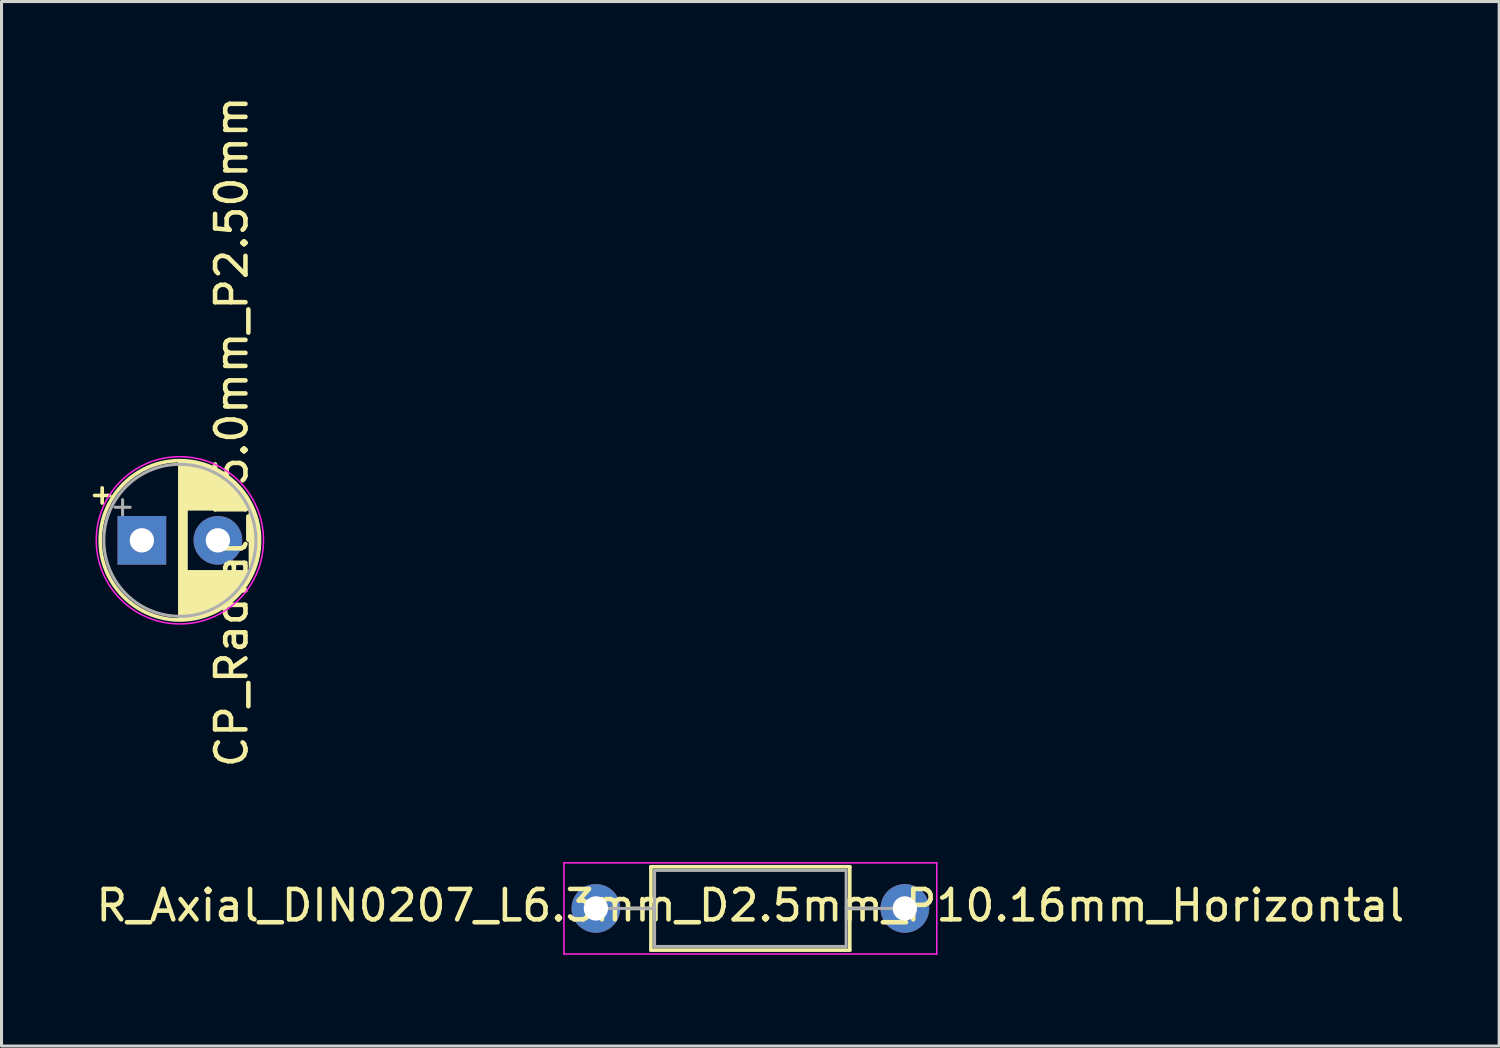
<source format=kicad_pcb>
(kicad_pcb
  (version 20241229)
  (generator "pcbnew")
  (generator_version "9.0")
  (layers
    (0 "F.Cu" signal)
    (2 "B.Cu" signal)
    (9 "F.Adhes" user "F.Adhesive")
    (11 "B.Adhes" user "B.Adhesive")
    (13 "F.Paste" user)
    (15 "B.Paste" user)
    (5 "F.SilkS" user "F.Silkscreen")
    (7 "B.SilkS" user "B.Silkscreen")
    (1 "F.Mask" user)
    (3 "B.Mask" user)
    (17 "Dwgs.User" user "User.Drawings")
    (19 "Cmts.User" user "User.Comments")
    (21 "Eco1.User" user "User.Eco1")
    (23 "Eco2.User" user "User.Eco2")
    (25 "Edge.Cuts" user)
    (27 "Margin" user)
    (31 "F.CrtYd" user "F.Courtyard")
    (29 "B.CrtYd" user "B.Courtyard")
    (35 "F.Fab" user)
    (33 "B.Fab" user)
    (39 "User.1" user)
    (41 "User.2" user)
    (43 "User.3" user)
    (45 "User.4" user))
  (footprint "CP_Radial_D5.0mm_P2.50mm"
    (layer "F.Cu")
    (at 1.615 14.718)
    (property "Reference" "CP_Radial_D5.0mm_P2.50mm" (at 2.952 -3.569 270) (layer "F.SilkS") (effects (font (size 1 1) (thickness 0.15))))
    (attr through_hole)
    (fp_line (start -1.555 -1.475) (end -1.055 -1.475) (stroke (width 0.12) (type solid)) (layer "F.SilkS"))
    (fp_line (start -1.305 -1.725) (end -1.305 -1.225) (stroke (width 0.12) (type solid)) (layer "F.SilkS"))
    (fp_line (start 1.25 -2.58) (end 1.25 2.58) (stroke (width 0.12) (type solid)) (layer "F.SilkS"))
    (fp_line (start 1.29 -2.58) (end 1.29 2.58) (stroke (width 0.12) (type solid)) (layer "F.SilkS"))
    (fp_line (start 1.33 -2.579) (end 1.33 2.579) (stroke (width 0.12) (type solid)) (layer "F.SilkS"))
    (fp_line (start 1.37 -2.578) (end 1.37 2.578) (stroke (width 0.12) (type solid)) (layer "F.SilkS"))
    (fp_line (start 1.41 -2.576) (end 1.41 2.576) (stroke (width 0.12) (type solid)) (layer "F.SilkS"))
    (fp_line (start 1.45 -2.573) (end 1.45 2.573) (stroke (width 0.12) (type solid)) (layer "F.SilkS"))
    (fp_line (start 1.49 -2.569) (end 1.49 -1.04) (stroke (width 0.12) (type solid)) (layer "F.SilkS"))
    (fp_line (start 1.49 1.04) (end 1.49 2.569) (stroke (width 0.12) (type solid)) (layer "F.SilkS"))
    (fp_line (start 1.53 -2.565) (end 1.53 -1.04) (stroke (width 0.12) (type solid)) (layer "F.SilkS"))
    (fp_line (start 1.53 1.04) (end 1.53 2.565) (stroke (width 0.12) (type solid)) (layer "F.SilkS"))
    (fp_line (start 1.57 -2.561) (end 1.57 -1.04) (stroke (width 0.12) (type solid)) (layer "F.SilkS"))
    (fp_line (start 1.57 1.04) (end 1.57 2.561) (stroke (width 0.12) (type solid)) (layer "F.SilkS"))
    (fp_line (start 1.61 -2.556) (end 1.61 -1.04) (stroke (width 0.12) (type solid)) (layer "F.SilkS"))
    (fp_line (start 1.61 1.04) (end 1.61 2.556) (stroke (width 0.12) (type solid)) (layer "F.SilkS"))
    (fp_line (start 1.65 -2.55) (end 1.65 -1.04) (stroke (width 0.12) (type solid)) (layer "F.SilkS"))
    (fp_line (start 1.65 1.04) (end 1.65 2.55) (stroke (width 0.12) (type solid)) (layer "F.SilkS"))
    (fp_line (start 1.69 -2.543) (end 1.69 -1.04) (stroke (width 0.12) (type solid)) (layer "F.SilkS"))
    (fp_line (start 1.69 1.04) (end 1.69 2.543) (stroke (width 0.12) (type solid)) (layer "F.SilkS"))
    (fp_line (start 1.73 -2.536) (end 1.73 -1.04) (stroke (width 0.12) (type solid)) (layer "F.SilkS"))
    (fp_line (start 1.73 1.04) (end 1.73 2.536) (stroke (width 0.12) (type solid)) (layer "F.SilkS"))
    (fp_line (start 1.77 -2.528) (end 1.77 -1.04) (stroke (width 0.12) (type solid)) (layer "F.SilkS"))
    (fp_line (start 1.77 1.04) (end 1.77 2.528) (stroke (width 0.12) (type solid)) (layer "F.SilkS"))
    (fp_line (start 1.81 -2.52) (end 1.81 -1.04) (stroke (width 0.12) (type solid)) (layer "F.SilkS"))
    (fp_line (start 1.81 1.04) (end 1.81 2.52) (stroke (width 0.12) (type solid)) (layer "F.SilkS"))
    (fp_line (start 1.85 -2.511) (end 1.85 -1.04) (stroke (width 0.12) (type solid)) (layer "F.SilkS"))
    (fp_line (start 1.85 1.04) (end 1.85 2.511) (stroke (width 0.12) (type solid)) (layer "F.SilkS"))
    (fp_line (start 1.89 -2.501) (end 1.89 -1.04) (stroke (width 0.12) (type solid)) (layer "F.SilkS"))
    (fp_line (start 1.89 1.04) (end 1.89 2.501) (stroke (width 0.12) (type solid)) (layer "F.SilkS"))
    (fp_line (start 1.93 -2.491) (end 1.93 -1.04) (stroke (width 0.12) (type solid)) (layer "F.SilkS"))
    (fp_line (start 1.93 1.04) (end 1.93 2.491) (stroke (width 0.12) (type solid)) (layer "F.SilkS"))
    (fp_line (start 1.971 -2.48) (end 1.971 -1.04) (stroke (width 0.12) (type solid)) (layer "F.SilkS"))
    (fp_line (start 1.971 1.04) (end 1.971 2.48) (stroke (width 0.12) (type solid)) (layer "F.SilkS"))
    (fp_line (start 2.011 -2.468) (end 2.011 -1.04) (stroke (width 0.12) (type solid)) (layer "F.SilkS"))
    (fp_line (start 2.011 1.04) (end 2.011 2.468) (stroke (width 0.12) (type solid)) (layer "F.SilkS"))
    (fp_line (start 2.051 -2.455) (end 2.051 -1.04) (stroke (width 0.12) (type solid)) (layer "F.SilkS"))
    (fp_line (start 2.051 1.04) (end 2.051 2.455) (stroke (width 0.12) (type solid)) (layer "F.SilkS"))
    (fp_line (start 2.091 -2.442) (end 2.091 -1.04) (stroke (width 0.12) (type solid)) (layer "F.SilkS"))
    (fp_line (start 2.091 1.04) (end 2.091 2.442) (stroke (width 0.12) (type solid)) (layer "F.SilkS"))
    (fp_line (start 2.131 -2.428) (end 2.131 -1.04) (stroke (width 0.12) (type solid)) (layer "F.SilkS"))
    (fp_line (start 2.131 1.04) (end 2.131 2.428) (stroke (width 0.12) (type solid)) (layer "F.SilkS"))
    (fp_line (start 2.171 -2.414) (end 2.171 -1.04) (stroke (width 0.12) (type solid)) (layer "F.SilkS"))
    (fp_line (start 2.171 1.04) (end 2.171 2.414) (stroke (width 0.12) (type solid)) (layer "F.SilkS"))
    (fp_line (start 2.211 -2.398) (end 2.211 -1.04) (stroke (width 0.12) (type solid)) (layer "F.SilkS"))
    (fp_line (start 2.211 1.04) (end 2.211 2.398) (stroke (width 0.12) (type solid)) (layer "F.SilkS"))
    (fp_line (start 2.251 -2.382) (end 2.251 -1.04) (stroke (width 0.12) (type solid)) (layer "F.SilkS"))
    (fp_line (start 2.251 1.04) (end 2.251 2.382) (stroke (width 0.12) (type solid)) (layer "F.SilkS"))
    (fp_line (start 2.291 -2.365) (end 2.291 -1.04) (stroke (width 0.12) (type solid)) (layer "F.SilkS"))
    (fp_line (start 2.291 1.04) (end 2.291 2.365) (stroke (width 0.12) (type solid)) (layer "F.SilkS"))
    (fp_line (start 2.331 -2.348) (end 2.331 -1.04) (stroke (width 0.12) (type solid)) (layer "F.SilkS"))
    (fp_line (start 2.331 1.04) (end 2.331 2.348) (stroke (width 0.12) (type solid)) (layer "F.SilkS"))
    (fp_line (start 2.371 -2.329) (end 2.371 -1.04) (stroke (width 0.12) (type solid)) (layer "F.SilkS"))
    (fp_line (start 2.371 1.04) (end 2.371 2.329) (stroke (width 0.12) (type solid)) (layer "F.SilkS"))
    (fp_line (start 2.411 -2.31) (end 2.411 -1.04) (stroke (width 0.12) (type solid)) (layer "F.SilkS"))
    (fp_line (start 2.411 1.04) (end 2.411 2.31) (stroke (width 0.12) (type solid)) (layer "F.SilkS"))
    (fp_line (start 2.451 -2.29) (end 2.451 -1.04) (stroke (width 0.12) (type solid)) (layer "F.SilkS"))
    (fp_line (start 2.451 1.04) (end 2.451 2.29) (stroke (width 0.12) (type solid)) (layer "F.SilkS"))
    (fp_line (start 2.491 -2.268) (end 2.491 -1.04) (stroke (width 0.12) (type solid)) (layer "F.SilkS"))
    (fp_line (start 2.491 1.04) (end 2.491 2.268) (stroke (width 0.12) (type solid)) (layer "F.SilkS"))
    (fp_line (start 2.531 -2.247) (end 2.531 -1.04) (stroke (width 0.12) (type solid)) (layer "F.SilkS"))
    (fp_line (start 2.531 1.04) (end 2.531 2.247) (stroke (width 0.12) (type solid)) (layer "F.SilkS"))
    (fp_line (start 2.571 -2.224) (end 2.571 -1.04) (stroke (width 0.12) (type solid)) (layer "F.SilkS"))
    (fp_line (start 2.571 1.04) (end 2.571 2.224) (stroke (width 0.12) (type solid)) (layer "F.SilkS"))
    (fp_line (start 2.611 -2.2) (end 2.611 -1.04) (stroke (width 0.12) (type solid)) (layer "F.SilkS"))
    (fp_line (start 2.611 1.04) (end 2.611 2.2) (stroke (width 0.12) (type solid)) (layer "F.SilkS"))
    (fp_line (start 2.651 -2.175) (end 2.651 -1.04) (stroke (width 0.12) (type solid)) (layer "F.SilkS"))
    (fp_line (start 2.651 1.04) (end 2.651 2.175) (stroke (width 0.12) (type solid)) (layer "F.SilkS"))
    (fp_line (start 2.691 -2.149) (end 2.691 -1.04) (stroke (width 0.12) (type solid)) (layer "F.SilkS"))
    (fp_line (start 2.691 1.04) (end 2.691 2.149) (stroke (width 0.12) (type solid)) (layer "F.SilkS"))
    (fp_line (start 2.731 -2.122) (end 2.731 -1.04) (stroke (width 0.12) (type solid)) (layer "F.SilkS"))
    (fp_line (start 2.731 1.04) (end 2.731 2.122) (stroke (width 0.12) (type solid)) (layer "F.SilkS"))
    (fp_line (start 2.771 -2.095) (end 2.771 -1.04) (stroke (width 0.12) (type solid)) (layer "F.SilkS"))
    (fp_line (start 2.771 1.04) (end 2.771 2.095) (stroke (width 0.12) (type solid)) (layer "F.SilkS"))
    (fp_line (start 2.811 -2.065) (end 2.811 -1.04) (stroke (width 0.12) (type solid)) (layer "F.SilkS"))
    (fp_line (start 2.811 1.04) (end 2.811 2.065) (stroke (width 0.12) (type solid)) (layer "F.SilkS"))
    (fp_line (start 2.851 -2.035) (end 2.851 -1.04) (stroke (width 0.12) (type solid)) (layer "F.SilkS"))
    (fp_line (start 2.851 1.04) (end 2.851 2.035) (stroke (width 0.12) (type solid)) (layer "F.SilkS"))
    (fp_line (start 2.891 -2.004) (end 2.891 -1.04) (stroke (width 0.12) (type solid)) (layer "F.SilkS"))
    (fp_line (start 2.891 1.04) (end 2.891 2.004) (stroke (width 0.12) (type solid)) (layer "F.SilkS"))
    (fp_line (start 2.931 -1.971) (end 2.931 -1.04) (stroke (width 0.12) (type solid)) (layer "F.SilkS"))
    (fp_line (start 2.931 1.04) (end 2.931 1.971) (stroke (width 0.12) (type solid)) (layer "F.SilkS"))
    (fp_line (start 2.971 -1.937) (end 2.971 -1.04) (stroke (width 0.12) (type solid)) (layer "F.SilkS"))
    (fp_line (start 2.971 1.04) (end 2.971 1.937) (stroke (width 0.12) (type solid)) (layer "F.SilkS"))
    (fp_line (start 3.011 -1.901) (end 3.011 -1.04) (stroke (width 0.12) (type solid)) (layer "F.SilkS"))
    (fp_line (start 3.011 1.04) (end 3.011 1.901) (stroke (width 0.12) (type solid)) (layer "F.SilkS"))
    (fp_line (start 3.051 -1.864) (end 3.051 -1.04) (stroke (width 0.12) (type solid)) (layer "F.SilkS"))
    (fp_line (start 3.051 1.04) (end 3.051 1.864) (stroke (width 0.12) (type solid)) (layer "F.SilkS"))
    (fp_line (start 3.091 -1.826) (end 3.091 -1.04) (stroke (width 0.12) (type solid)) (layer "F.SilkS"))
    (fp_line (start 3.091 1.04) (end 3.091 1.826) (stroke (width 0.12) (type solid)) (layer "F.SilkS"))
    (fp_line (start 3.131 -1.785) (end 3.131 -1.04) (stroke (width 0.12) (type solid)) (layer "F.SilkS"))
    (fp_line (start 3.131 1.04) (end 3.131 1.785) (stroke (width 0.12) (type solid)) (layer "F.SilkS"))
    (fp_line (start 3.171 -1.743) (end 3.171 -1.04) (stroke (width 0.12) (type solid)) (layer "F.SilkS"))
    (fp_line (start 3.171 1.04) (end 3.171 1.743) (stroke (width 0.12) (type solid)) (layer "F.SilkS"))
    (fp_line (start 3.211 -1.699) (end 3.211 -1.04) (stroke (width 0.12) (type solid)) (layer "F.SilkS"))
    (fp_line (start 3.211 1.04) (end 3.211 1.699) (stroke (width 0.12) (type solid)) (layer "F.SilkS"))
    (fp_line (start 3.251 -1.653) (end 3.251 -1.04) (stroke (width 0.12) (type solid)) (layer "F.SilkS"))
    (fp_line (start 3.251 1.04) (end 3.251 1.653) (stroke (width 0.12) (type solid)) (layer "F.SilkS"))
    (fp_line (start 3.291 -1.605) (end 3.291 -1.04) (stroke (width 0.12) (type solid)) (layer "F.SilkS"))
    (fp_line (start 3.291 1.04) (end 3.291 1.605) (stroke (width 0.12) (type solid)) (layer "F.SilkS"))
    (fp_line (start 3.331 -1.554) (end 3.331 -1.04) (stroke (width 0.12) (type solid)) (layer "F.SilkS"))
    (fp_line (start 3.331 1.04) (end 3.331 1.554) (stroke (width 0.12) (type solid)) (layer "F.SilkS"))
    (fp_line (start 3.371 -1.5) (end 3.371 -1.04) (stroke (width 0.12) (type solid)) (layer "F.SilkS"))
    (fp_line (start 3.371 1.04) (end 3.371 1.5) (stroke (width 0.12) (type solid)) (layer "F.SilkS"))
    (fp_line (start 3.411 -1.443) (end 3.411 -1.04) (stroke (width 0.12) (type solid)) (layer "F.SilkS"))
    (fp_line (start 3.411 1.04) (end 3.411 1.443) (stroke (width 0.12) (type solid)) (layer "F.SilkS"))
    (fp_line (start 3.451 -1.383) (end 3.451 -1.04) (stroke (width 0.12) (type solid)) (layer "F.SilkS"))
    (fp_line (start 3.451 1.04) (end 3.451 1.383) (stroke (width 0.12) (type solid)) (layer "F.SilkS"))
    (fp_line (start 3.491 -1.319) (end 3.491 -1.04) (stroke (width 0.12) (type solid)) (layer "F.SilkS"))
    (fp_line (start 3.491 1.04) (end 3.491 1.319) (stroke (width 0.12) (type solid)) (layer "F.SilkS"))
    (fp_line (start 3.531 -1.251) (end 3.531 -1.04) (stroke (width 0.12) (type solid)) (layer "F.SilkS"))
    (fp_line (start 3.531 1.04) (end 3.531 1.251) (stroke (width 0.12) (type solid)) (layer "F.SilkS"))
    (fp_line (start 3.571 -1.178) (end 3.571 1.178) (stroke (width 0.12) (type solid)) (layer "F.SilkS"))
    (fp_line (start 3.611 -1.098) (end 3.611 1.098) (stroke (width 0.12) (type solid)) (layer "F.SilkS"))
    (fp_line (start 3.651 -1.011) (end 3.651 1.011) (stroke (width 0.12) (type solid)) (layer "F.SilkS"))
    (fp_line (start 3.691 -0.915) (end 3.691 0.915) (stroke (width 0.12) (type solid)) (layer "F.SilkS"))
    (fp_line (start 3.731 -0.805) (end 3.731 0.805) (stroke (width 0.12) (type solid)) (layer "F.SilkS"))
    (fp_line (start 3.771 -0.677) (end 3.771 0.677) (stroke (width 0.12) (type solid)) (layer "F.SilkS"))
    (fp_line (start 3.811 -0.518) (end 3.811 0.518) (stroke (width 0.12) (type solid)) (layer "F.SilkS"))
    (fp_line (start 3.851 -0.284) (end 3.851 0.284) (stroke (width 0.12) (type solid)) (layer "F.SilkS"))
    (fp_circle (center 1.25 0) (end 3.87 0) (stroke (width 0.12) (type solid)) (fill no) (layer "F.SilkS"))
    (fp_circle (center 1.25 0) (end 4 0) (stroke (width 0.05) (type solid)) (fill no) (layer "F.CrtYd"))
    (fp_line (start -0.884 -1.087) (end -0.384 -1.087) (stroke (width 0.1) (type solid)) (layer "F.Fab"))
    (fp_line (start -0.634 -1.337) (end -0.634 -0.838) (stroke (width 0.1) (type solid)) (layer "F.Fab"))
    (fp_circle (center 1.25 0) (end 3.75 0) (stroke (width 0.1) (type solid)) (fill no) (layer "F.Fab"))
    (pad "1" thru_hole rect (at 0 0) (size 1.6 1.6) (drill 0.8) (layers "*.Cu" "*.Mask"))
    (pad "2" thru_hole circle (at 2.5 0) (size 1.6 1.6) (drill 0.8) (layers "*.Cu" "*.Mask")))
  (footprint "R_Axial_DIN0207_L6.3mm_D2.5mm_P10.16mm_Horizontal"
    (layer "F.Cu")
    (at 16.545 26.823)
    (property "Reference" "R_Axial_DIN0207_L6.3mm_D2.5mm_P10.16mm_Horizontal" (at 5.08 -0.096 0) (layer "F.SilkS") (effects (font (size 1 1) (thickness 0.15))))
    (attr through_hole)
    (fp_line (start 1.04 0) (end 1.81 0) (stroke (width 0.12) (type solid)) (layer "F.SilkS"))
    (fp_line (start 1.81 -1.37) (end 1.81 1.37) (stroke (width 0.12) (type solid)) (layer "F.SilkS"))
    (fp_line (start 1.81 1.37) (end 8.35 1.37) (stroke (width 0.12) (type solid)) (layer "F.SilkS"))
    (fp_line (start 8.35 -1.37) (end 1.81 -1.37) (stroke (width 0.12) (type solid)) (layer "F.SilkS"))
    (fp_line (start 8.35 1.37) (end 8.35 -1.37) (stroke (width 0.12) (type solid)) (layer "F.SilkS"))
    (fp_line (start 9.12 0) (end 8.35 0) (stroke (width 0.12) (type solid)) (layer "F.SilkS"))
    (fp_line (start -1.05 -1.5) (end -1.05 1.5) (stroke (width 0.05) (type solid)) (layer "F.CrtYd"))
    (fp_line (start -1.05 1.5) (end 11.21 1.5) (stroke (width 0.05) (type solid)) (layer "F.CrtYd"))
    (fp_line (start 11.21 -1.5) (end -1.05 -1.5) (stroke (width 0.05) (type solid)) (layer "F.CrtYd"))
    (fp_line (start 11.21 1.5) (end 11.21 -1.5) (stroke (width 0.05) (type solid)) (layer "F.CrtYd"))
    (fp_line (start 0 0) (end 1.93 0) (stroke (width 0.1) (type solid)) (layer "F.Fab"))
    (fp_line (start 1.93 -1.25) (end 1.93 1.25) (stroke (width 0.1) (type solid)) (layer "F.Fab"))
    (fp_line (start 1.93 1.25) (end 8.23 1.25) (stroke (width 0.1) (type solid)) (layer "F.Fab"))
    (fp_line (start 8.23 -1.25) (end 1.93 -1.25) (stroke (width 0.1) (type solid)) (layer "F.Fab"))
    (fp_line (start 8.23 1.25) (end 8.23 -1.25) (stroke (width 0.1) (type solid)) (layer "F.Fab"))
    (fp_line (start 10.16 0) (end 8.23 0) (stroke (width 0.1) (type solid)) (layer "F.Fab"))
    (pad "1" thru_hole circle (at 0 0) (size 1.6 1.6) (drill 0.8) (layers "*.Cu" "*.Mask"))
    (pad "2" thru_hole oval (at 10.16 0) (size 1.6 1.6) (drill 0.8) (layers "*.Cu" "*.Mask")))
  (gr_rect
    (start -3 -3)
    (end 46.25 31.348)
    (stroke (width 0.1) (type default))
    (fill no)
    (layer "Edge.Cuts")))
</source>
